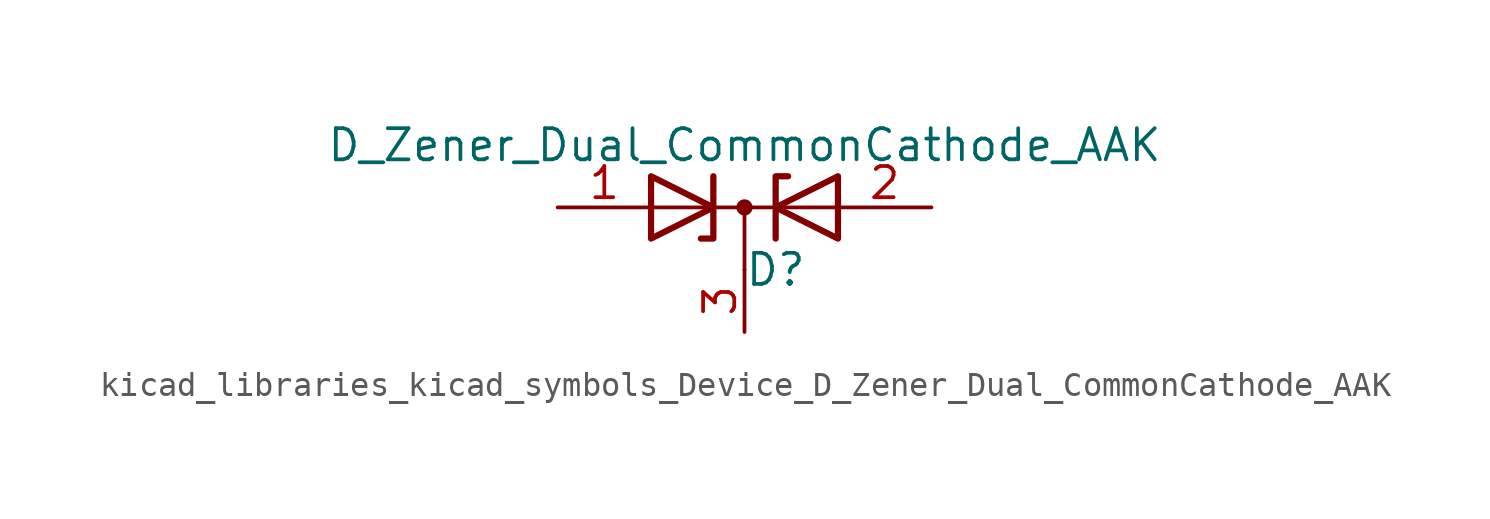
<source format=kicad_sym>
(kicad_symbol_lib
  (version 20220914)
  (generator kicad_symbol_editor)
  (symbol "kicad_libraries_kicad_symbols_Device_D_Zener_Dual_CommonCathode_AAK"
    (pin_names
      (offset 0.762) hide)
    (property "Reference" "D"
      (at 1.27 -2.54 0)
      (effects (font (size 1.27 1.27))))
    (property "Value" "D_Zener_Dual_CommonCathode_AAK"
      (at 0 2.54 0)
      (effects (font (size 1.27 1.27))))
    (symbol "kicad_libraries_kicad_symbols_Device_D_Zener_Dual_CommonCathode_AAK_0_1"
      (polyline (pts (xy -3.81 0) (xy 3.81 0)) (stroke (width 0) (type default)) (fill (type none)))
      (polyline (pts (xy 0 0) (xy 0 -2.54)) (stroke (width 0) (type default)) (fill (type none)))
      (polyline (pts (xy -1.27 1.27) (xy -1.27 -1.27) (xy -1.778 -1.27)) (stroke (width 0.254) (type default)) (fill (type none)))
      (polyline (pts (xy 1.27 -1.27) (xy 1.27 1.27) (xy 1.778 1.27)) (stroke (width 0.254) (type default)) (fill (type none)))
      (polyline (pts (xy -3.81 1.27) (xy -1.27 0) (xy -3.81 -1.27) (xy -3.81 1.27) (xy -3.81 1.27) (xy -3.81 1.27)) (stroke (width 0.254) (type default)) (fill (type none)))
      (polyline (pts (xy 3.81 -1.27) (xy 1.27 0) (xy 3.81 1.27) (xy 3.81 -1.27) (xy 3.81 -1.27) (xy 3.81 -1.27)) (stroke (width 0.254) (type default)) (fill (type none)))
      (circle (center 0 0) (radius 0.254) (stroke (width 0) (type default)) (fill (type outline)))
      (pin passive line (at -7.62 0 0) (length 3.81) (name "A" (effects (font (size 1.27 1.27)))) (number "1" (effects (font (size 1.27 1.27)))))
      (pin passive line (at 7.62 0 180) (length 3.81) (name "A" (effects (font (size 1.27 1.27)))) (number "2" (effects (font (size 1.27 1.27)))))
      (pin passive line (at 0 -5.08 90) (length 2.54) (name "K" (effects (font (size 1.27 1.27)))) (number "3" (effects (font (size 1.27 1.27))))))))
</source>
